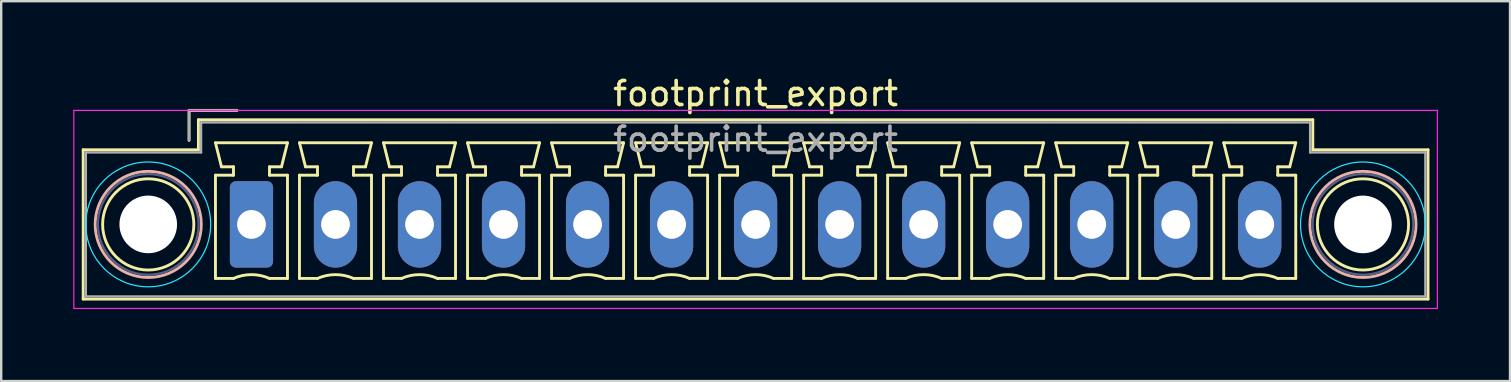
<source format=kicad_pcb>
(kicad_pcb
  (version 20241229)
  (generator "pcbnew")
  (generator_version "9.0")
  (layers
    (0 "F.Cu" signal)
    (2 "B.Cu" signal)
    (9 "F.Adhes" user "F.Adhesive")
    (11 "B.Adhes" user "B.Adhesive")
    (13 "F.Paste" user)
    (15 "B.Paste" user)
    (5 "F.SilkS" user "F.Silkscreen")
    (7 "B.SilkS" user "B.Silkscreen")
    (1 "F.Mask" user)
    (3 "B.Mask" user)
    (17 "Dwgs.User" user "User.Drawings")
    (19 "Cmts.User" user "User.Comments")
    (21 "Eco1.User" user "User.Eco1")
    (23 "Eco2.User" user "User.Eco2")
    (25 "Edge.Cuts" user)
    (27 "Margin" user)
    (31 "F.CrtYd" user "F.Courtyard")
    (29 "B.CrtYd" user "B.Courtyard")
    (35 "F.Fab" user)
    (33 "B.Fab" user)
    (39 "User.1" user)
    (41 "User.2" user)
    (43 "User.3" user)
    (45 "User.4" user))
  (footprint "footprint_export"
    (layer "F.Cu")
    (at 7.425 6.298)
    (property "Reference" "footprint_export" (at 21 -5.45 0) (layer "F.SilkS") (effects (font (size 1 1) (thickness 0.15))))
    (attr through_hole)
    (fp_line (start -7.01 -3.11) (end -7.01 3.11) (stroke (width 0.12) (type solid)) (layer "F.SilkS"))
    (fp_line (start -7.01 3.11) (end 49.01 3.11) (stroke (width 0.12) (type solid)) (layer "F.SilkS"))
    (fp_line (start -2.6 -4.75) (end -0.6 -4.75) (stroke (width 0.12) (type solid)) (layer "F.SilkS"))
    (fp_line (start -2.6 -3.5) (end -2.6 -4.75) (stroke (width 0.12) (type solid)) (layer "F.SilkS"))
    (fp_line (start -2.21 -4.36) (end -2.21 -3.11) (stroke (width 0.12) (type solid)) (layer "F.SilkS"))
    (fp_line (start -2.21 -3.11) (end -7.01 -3.11) (stroke (width 0.12) (type solid)) (layer "F.SilkS"))
    (fp_line (start -1.5 -3.4) (end 1.5 -3.4) (stroke (width 0.12) (type solid)) (layer "F.SilkS"))
    (fp_line (start -1.5 -2.05) (end -0.75 -2.05) (stroke (width 0.12) (type solid)) (layer "F.SilkS"))
    (fp_line (start -1.5 2.25) (end -1.5 -2.05) (stroke (width 0.12) (type solid)) (layer "F.SilkS"))
    (fp_line (start -1.25 -2.4) (end -1.5 -3.4) (stroke (width 0.12) (type solid)) (layer "F.SilkS"))
    (fp_line (start -0.75 -2.4) (end -1.25 -2.4) (stroke (width 0.12) (type solid)) (layer "F.SilkS"))
    (fp_line (start -0.75 -2.05) (end -0.75 -2.4) (stroke (width 0.12) (type solid)) (layer "F.SilkS"))
    (fp_line (start -0.75 2.25) (end -1.5 2.25) (stroke (width 0.12) (type solid)) (layer "F.SilkS"))
    (fp_line (start 0.75 -2.4) (end 0.75 -2.05) (stroke (width 0.12) (type solid)) (layer "F.SilkS"))
    (fp_line (start 0.75 -2.05) (end 1.5 -2.05) (stroke (width 0.12) (type solid)) (layer "F.SilkS"))
    (fp_line (start 1.25 -2.4) (end 0.75 -2.4) (stroke (width 0.12) (type solid)) (layer "F.SilkS"))
    (fp_line (start 1.5 -3.4) (end 1.25 -2.4) (stroke (width 0.12) (type solid)) (layer "F.SilkS"))
    (fp_line (start 1.5 -2.05) (end 1.5 2.25) (stroke (width 0.12) (type solid)) (layer "F.SilkS"))
    (fp_line (start 1.5 2.25) (end 0.75 2.25) (stroke (width 0.12) (type solid)) (layer "F.SilkS"))
    (fp_line (start 2 -3.4) (end 5 -3.4) (stroke (width 0.12) (type solid)) (layer "F.SilkS"))
    (fp_line (start 2 -2.05) (end 2.75 -2.05) (stroke (width 0.12) (type solid)) (layer "F.SilkS"))
    (fp_line (start 2 2.25) (end 2 -2.05) (stroke (width 0.12) (type solid)) (layer "F.SilkS"))
    (fp_line (start 2.25 -2.4) (end 2 -3.4) (stroke (width 0.12) (type solid)) (layer "F.SilkS"))
    (fp_line (start 2.75 -2.4) (end 2.25 -2.4) (stroke (width 0.12) (type solid)) (layer "F.SilkS"))
    (fp_line (start 2.75 -2.05) (end 2.75 -2.4) (stroke (width 0.12) (type solid)) (layer "F.SilkS"))
    (fp_line (start 2.75 2.25) (end 2 2.25) (stroke (width 0.12) (type solid)) (layer "F.SilkS"))
    (fp_line (start 4.25 -2.4) (end 4.25 -2.05) (stroke (width 0.12) (type solid)) (layer "F.SilkS"))
    (fp_line (start 4.25 -2.05) (end 5 -2.05) (stroke (width 0.12) (type solid)) (layer "F.SilkS"))
    (fp_line (start 4.75 -2.4) (end 4.25 -2.4) (stroke (width 0.12) (type solid)) (layer "F.SilkS"))
    (fp_line (start 5 -3.4) (end 4.75 -2.4) (stroke (width 0.12) (type solid)) (layer "F.SilkS"))
    (fp_line (start 5 -2.05) (end 5 2.25) (stroke (width 0.12) (type solid)) (layer "F.SilkS"))
    (fp_line (start 5 2.25) (end 4.25 2.25) (stroke (width 0.12) (type solid)) (layer "F.SilkS"))
    (fp_line (start 5.5 -3.4) (end 8.5 -3.4) (stroke (width 0.12) (type solid)) (layer "F.SilkS"))
    (fp_line (start 5.5 -2.05) (end 6.25 -2.05) (stroke (width 0.12) (type solid)) (layer "F.SilkS"))
    (fp_line (start 5.5 2.25) (end 5.5 -2.05) (stroke (width 0.12) (type solid)) (layer "F.SilkS"))
    (fp_line (start 5.75 -2.4) (end 5.5 -3.4) (stroke (width 0.12) (type solid)) (layer "F.SilkS"))
    (fp_line (start 6.25 -2.4) (end 5.75 -2.4) (stroke (width 0.12) (type solid)) (layer "F.SilkS"))
    (fp_line (start 6.25 -2.05) (end 6.25 -2.4) (stroke (width 0.12) (type solid)) (layer "F.SilkS"))
    (fp_line (start 6.25 2.25) (end 5.5 2.25) (stroke (width 0.12) (type solid)) (layer "F.SilkS"))
    (fp_line (start 7.75 -2.4) (end 7.75 -2.05) (stroke (width 0.12) (type solid)) (layer "F.SilkS"))
    (fp_line (start 7.75 -2.05) (end 8.5 -2.05) (stroke (width 0.12) (type solid)) (layer "F.SilkS"))
    (fp_line (start 8.25 -2.4) (end 7.75 -2.4) (stroke (width 0.12) (type solid)) (layer "F.SilkS"))
    (fp_line (start 8.5 -3.4) (end 8.25 -2.4) (stroke (width 0.12) (type solid)) (layer "F.SilkS"))
    (fp_line (start 8.5 -2.05) (end 8.5 2.25) (stroke (width 0.12) (type solid)) (layer "F.SilkS"))
    (fp_line (start 8.5 2.25) (end 7.75 2.25) (stroke (width 0.12) (type solid)) (layer "F.SilkS"))
    (fp_line (start 9 -3.4) (end 12 -3.4) (stroke (width 0.12) (type solid)) (layer "F.SilkS"))
    (fp_line (start 9 -2.05) (end 9.75 -2.05) (stroke (width 0.12) (type solid)) (layer "F.SilkS"))
    (fp_line (start 9 2.25) (end 9 -2.05) (stroke (width 0.12) (type solid)) (layer "F.SilkS"))
    (fp_line (start 9.25 -2.4) (end 9 -3.4) (stroke (width 0.12) (type solid)) (layer "F.SilkS"))
    (fp_line (start 9.75 -2.4) (end 9.25 -2.4) (stroke (width 0.12) (type solid)) (layer "F.SilkS"))
    (fp_line (start 9.75 -2.05) (end 9.75 -2.4) (stroke (width 0.12) (type solid)) (layer "F.SilkS"))
    (fp_line (start 9.75 2.25) (end 9 2.25) (stroke (width 0.12) (type solid)) (layer "F.SilkS"))
    (fp_line (start 11.25 -2.4) (end 11.25 -2.05) (stroke (width 0.12) (type solid)) (layer "F.SilkS"))
    (fp_line (start 11.25 -2.05) (end 12 -2.05) (stroke (width 0.12) (type solid)) (layer "F.SilkS"))
    (fp_line (start 11.75 -2.4) (end 11.25 -2.4) (stroke (width 0.12) (type solid)) (layer "F.SilkS"))
    (fp_line (start 12 -3.4) (end 11.75 -2.4) (stroke (width 0.12) (type solid)) (layer "F.SilkS"))
    (fp_line (start 12 -2.05) (end 12 2.25) (stroke (width 0.12) (type solid)) (layer "F.SilkS"))
    (fp_line (start 12 2.25) (end 11.25 2.25) (stroke (width 0.12) (type solid)) (layer "F.SilkS"))
    (fp_line (start 12.5 -3.4) (end 15.5 -3.4) (stroke (width 0.12) (type solid)) (layer "F.SilkS"))
    (fp_line (start 12.5 -2.05) (end 13.25 -2.05) (stroke (width 0.12) (type solid)) (layer "F.SilkS"))
    (fp_line (start 12.5 2.25) (end 12.5 -2.05) (stroke (width 0.12) (type solid)) (layer "F.SilkS"))
    (fp_line (start 12.75 -2.4) (end 12.5 -3.4) (stroke (width 0.12) (type solid)) (layer "F.SilkS"))
    (fp_line (start 13.25 -2.4) (end 12.75 -2.4) (stroke (width 0.12) (type solid)) (layer "F.SilkS"))
    (fp_line (start 13.25 -2.05) (end 13.25 -2.4) (stroke (width 0.12) (type solid)) (layer "F.SilkS"))
    (fp_line (start 13.25 2.25) (end 12.5 2.25) (stroke (width 0.12) (type solid)) (layer "F.SilkS"))
    (fp_line (start 14.75 -2.4) (end 14.75 -2.05) (stroke (width 0.12) (type solid)) (layer "F.SilkS"))
    (fp_line (start 14.75 -2.05) (end 15.5 -2.05) (stroke (width 0.12) (type solid)) (layer "F.SilkS"))
    (fp_line (start 15.25 -2.4) (end 14.75 -2.4) (stroke (width 0.12) (type solid)) (layer "F.SilkS"))
    (fp_line (start 15.5 -3.4) (end 15.25 -2.4) (stroke (width 0.12) (type solid)) (layer "F.SilkS"))
    (fp_line (start 15.5 -2.05) (end 15.5 2.25) (stroke (width 0.12) (type solid)) (layer "F.SilkS"))
    (fp_line (start 15.5 2.25) (end 14.75 2.25) (stroke (width 0.12) (type solid)) (layer "F.SilkS"))
    (fp_line (start 16 -3.4) (end 19 -3.4) (stroke (width 0.12) (type solid)) (layer "F.SilkS"))
    (fp_line (start 16 -2.05) (end 16.75 -2.05) (stroke (width 0.12) (type solid)) (layer "F.SilkS"))
    (fp_line (start 16 2.25) (end 16 -2.05) (stroke (width 0.12) (type solid)) (layer "F.SilkS"))
    (fp_line (start 16.25 -2.4) (end 16 -3.4) (stroke (width 0.12) (type solid)) (layer "F.SilkS"))
    (fp_line (start 16.75 -2.4) (end 16.25 -2.4) (stroke (width 0.12) (type solid)) (layer "F.SilkS"))
    (fp_line (start 16.75 -2.05) (end 16.75 -2.4) (stroke (width 0.12) (type solid)) (layer "F.SilkS"))
    (fp_line (start 16.75 2.25) (end 16 2.25) (stroke (width 0.12) (type solid)) (layer "F.SilkS"))
    (fp_line (start 18.25 -2.4) (end 18.25 -2.05) (stroke (width 0.12) (type solid)) (layer "F.SilkS"))
    (fp_line (start 18.25 -2.05) (end 19 -2.05) (stroke (width 0.12) (type solid)) (layer "F.SilkS"))
    (fp_line (start 18.75 -2.4) (end 18.25 -2.4) (stroke (width 0.12) (type solid)) (layer "F.SilkS"))
    (fp_line (start 19 -3.4) (end 18.75 -2.4) (stroke (width 0.12) (type solid)) (layer "F.SilkS"))
    (fp_line (start 19 -2.05) (end 19 2.25) (stroke (width 0.12) (type solid)) (layer "F.SilkS"))
    (fp_line (start 19 2.25) (end 18.25 2.25) (stroke (width 0.12) (type solid)) (layer "F.SilkS"))
    (fp_line (start 19.5 -3.4) (end 22.5 -3.4) (stroke (width 0.12) (type solid)) (layer "F.SilkS"))
    (fp_line (start 19.5 -2.05) (end 20.25 -2.05) (stroke (width 0.12) (type solid)) (layer "F.SilkS"))
    (fp_line (start 19.5 2.25) (end 19.5 -2.05) (stroke (width 0.12) (type solid)) (layer "F.SilkS"))
    (fp_line (start 19.75 -2.4) (end 19.5 -3.4) (stroke (width 0.12) (type solid)) (layer "F.SilkS"))
    (fp_line (start 20.25 -2.4) (end 19.75 -2.4) (stroke (width 0.12) (type solid)) (layer "F.SilkS"))
    (fp_line (start 20.25 -2.05) (end 20.25 -2.4) (stroke (width 0.12) (type solid)) (layer "F.SilkS"))
    (fp_line (start 20.25 2.25) (end 19.5 2.25) (stroke (width 0.12) (type solid)) (layer "F.SilkS"))
    (fp_line (start 21.75 -2.4) (end 21.75 -2.05) (stroke (width 0.12) (type solid)) (layer "F.SilkS"))
    (fp_line (start 21.75 -2.05) (end 22.5 -2.05) (stroke (width 0.12) (type solid)) (layer "F.SilkS"))
    (fp_line (start 22.25 -2.4) (end 21.75 -2.4) (stroke (width 0.12) (type solid)) (layer "F.SilkS"))
    (fp_line (start 22.5 -3.4) (end 22.25 -2.4) (stroke (width 0.12) (type solid)) (layer "F.SilkS"))
    (fp_line (start 22.5 -2.05) (end 22.5 2.25) (stroke (width 0.12) (type solid)) (layer "F.SilkS"))
    (fp_line (start 22.5 2.25) (end 21.75 2.25) (stroke (width 0.12) (type solid)) (layer "F.SilkS"))
    (fp_line (start 23 -3.4) (end 26 -3.4) (stroke (width 0.12) (type solid)) (layer "F.SilkS"))
    (fp_line (start 23 -2.05) (end 23.75 -2.05) (stroke (width 0.12) (type solid)) (layer "F.SilkS"))
    (fp_line (start 23 2.25) (end 23 -2.05) (stroke (width 0.12) (type solid)) (layer "F.SilkS"))
    (fp_line (start 23.25 -2.4) (end 23 -3.4) (stroke (width 0.12) (type solid)) (layer "F.SilkS"))
    (fp_line (start 23.75 -2.4) (end 23.25 -2.4) (stroke (width 0.12) (type solid)) (layer "F.SilkS"))
    (fp_line (start 23.75 -2.05) (end 23.75 -2.4) (stroke (width 0.12) (type solid)) (layer "F.SilkS"))
    (fp_line (start 23.75 2.25) (end 23 2.25) (stroke (width 0.12) (type solid)) (layer "F.SilkS"))
    (fp_line (start 25.25 -2.4) (end 25.25 -2.05) (stroke (width 0.12) (type solid)) (layer "F.SilkS"))
    (fp_line (start 25.25 -2.05) (end 26 -2.05) (stroke (width 0.12) (type solid)) (layer "F.SilkS"))
    (fp_line (start 25.75 -2.4) (end 25.25 -2.4) (stroke (width 0.12) (type solid)) (layer "F.SilkS"))
    (fp_line (start 26 -3.4) (end 25.75 -2.4) (stroke (width 0.12) (type solid)) (layer "F.SilkS"))
    (fp_line (start 26 -2.05) (end 26 2.25) (stroke (width 0.12) (type solid)) (layer "F.SilkS"))
    (fp_line (start 26 2.25) (end 25.25 2.25) (stroke (width 0.12) (type solid)) (layer "F.SilkS"))
    (fp_line (start 26.5 -3.4) (end 29.5 -3.4) (stroke (width 0.12) (type solid)) (layer "F.SilkS"))
    (fp_line (start 26.5 -2.05) (end 27.25 -2.05) (stroke (width 0.12) (type solid)) (layer "F.SilkS"))
    (fp_line (start 26.5 2.25) (end 26.5 -2.05) (stroke (width 0.12) (type solid)) (layer "F.SilkS"))
    (fp_line (start 26.75 -2.4) (end 26.5 -3.4) (stroke (width 0.12) (type solid)) (layer "F.SilkS"))
    (fp_line (start 27.25 -2.4) (end 26.75 -2.4) (stroke (width 0.12) (type solid)) (layer "F.SilkS"))
    (fp_line (start 27.25 -2.05) (end 27.25 -2.4) (stroke (width 0.12) (type solid)) (layer "F.SilkS"))
    (fp_line (start 27.25 2.25) (end 26.5 2.25) (stroke (width 0.12) (type solid)) (layer "F.SilkS"))
    (fp_line (start 28.75 -2.4) (end 28.75 -2.05) (stroke (width 0.12) (type solid)) (layer "F.SilkS"))
    (fp_line (start 28.75 -2.05) (end 29.5 -2.05) (stroke (width 0.12) (type solid)) (layer "F.SilkS"))
    (fp_line (start 29.25 -2.4) (end 28.75 -2.4) (stroke (width 0.12) (type solid)) (layer "F.SilkS"))
    (fp_line (start 29.5 -3.4) (end 29.25 -2.4) (stroke (width 0.12) (type solid)) (layer "F.SilkS"))
    (fp_line (start 29.5 -2.05) (end 29.5 2.25) (stroke (width 0.12) (type solid)) (layer "F.SilkS"))
    (fp_line (start 29.5 2.25) (end 28.75 2.25) (stroke (width 0.12) (type solid)) (layer "F.SilkS"))
    (fp_line (start 30 -3.4) (end 33 -3.4) (stroke (width 0.12) (type solid)) (layer "F.SilkS"))
    (fp_line (start 30 -2.05) (end 30.75 -2.05) (stroke (width 0.12) (type solid)) (layer "F.SilkS"))
    (fp_line (start 30 2.25) (end 30 -2.05) (stroke (width 0.12) (type solid)) (layer "F.SilkS"))
    (fp_line (start 30.25 -2.4) (end 30 -3.4) (stroke (width 0.12) (type solid)) (layer "F.SilkS"))
    (fp_line (start 30.75 -2.4) (end 30.25 -2.4) (stroke (width 0.12) (type solid)) (layer "F.SilkS"))
    (fp_line (start 30.75 -2.05) (end 30.75 -2.4) (stroke (width 0.12) (type solid)) (layer "F.SilkS"))
    (fp_line (start 30.75 2.25) (end 30 2.25) (stroke (width 0.12) (type solid)) (layer "F.SilkS"))
    (fp_line (start 32.25 -2.4) (end 32.25 -2.05) (stroke (width 0.12) (type solid)) (layer "F.SilkS"))
    (fp_line (start 32.25 -2.05) (end 33 -2.05) (stroke (width 0.12) (type solid)) (layer "F.SilkS"))
    (fp_line (start 32.75 -2.4) (end 32.25 -2.4) (stroke (width 0.12) (type solid)) (layer "F.SilkS"))
    (fp_line (start 33 -3.4) (end 32.75 -2.4) (stroke (width 0.12) (type solid)) (layer "F.SilkS"))
    (fp_line (start 33 -2.05) (end 33 2.25) (stroke (width 0.12) (type solid)) (layer "F.SilkS"))
    (fp_line (start 33 2.25) (end 32.25 2.25) (stroke (width 0.12) (type solid)) (layer "F.SilkS"))
    (fp_line (start 33.5 -3.4) (end 36.5 -3.4) (stroke (width 0.12) (type solid)) (layer "F.SilkS"))
    (fp_line (start 33.5 -2.05) (end 34.25 -2.05) (stroke (width 0.12) (type solid)) (layer "F.SilkS"))
    (fp_line (start 33.5 2.25) (end 33.5 -2.05) (stroke (width 0.12) (type solid)) (layer "F.SilkS"))
    (fp_line (start 33.75 -2.4) (end 33.5 -3.4) (stroke (width 0.12) (type solid)) (layer "F.SilkS"))
    (fp_line (start 34.25 -2.4) (end 33.75 -2.4) (stroke (width 0.12) (type solid)) (layer "F.SilkS"))
    (fp_line (start 34.25 -2.05) (end 34.25 -2.4) (stroke (width 0.12) (type solid)) (layer "F.SilkS"))
    (fp_line (start 34.25 2.25) (end 33.5 2.25) (stroke (width 0.12) (type solid)) (layer "F.SilkS"))
    (fp_line (start 35.75 -2.4) (end 35.75 -2.05) (stroke (width 0.12) (type solid)) (layer "F.SilkS"))
    (fp_line (start 35.75 -2.05) (end 36.5 -2.05) (stroke (width 0.12) (type solid)) (layer "F.SilkS"))
    (fp_line (start 36.25 -2.4) (end 35.75 -2.4) (stroke (width 0.12) (type solid)) (layer "F.SilkS"))
    (fp_line (start 36.5 -3.4) (end 36.25 -2.4) (stroke (width 0.12) (type solid)) (layer "F.SilkS"))
    (fp_line (start 36.5 -2.05) (end 36.5 2.25) (stroke (width 0.12) (type solid)) (layer "F.SilkS"))
    (fp_line (start 36.5 2.25) (end 35.75 2.25) (stroke (width 0.12) (type solid)) (layer "F.SilkS"))
    (fp_line (start 37 -3.4) (end 40 -3.4) (stroke (width 0.12) (type solid)) (layer "F.SilkS"))
    (fp_line (start 37 -2.05) (end 37.75 -2.05) (stroke (width 0.12) (type solid)) (layer "F.SilkS"))
    (fp_line (start 37 2.25) (end 37 -2.05) (stroke (width 0.12) (type solid)) (layer "F.SilkS"))
    (fp_line (start 37.25 -2.4) (end 37 -3.4) (stroke (width 0.12) (type solid)) (layer "F.SilkS"))
    (fp_line (start 37.75 -2.4) (end 37.25 -2.4) (stroke (width 0.12) (type solid)) (layer "F.SilkS"))
    (fp_line (start 37.75 -2.05) (end 37.75 -2.4) (stroke (width 0.12) (type solid)) (layer "F.SilkS"))
    (fp_line (start 37.75 2.25) (end 37 2.25) (stroke (width 0.12) (type solid)) (layer "F.SilkS"))
    (fp_line (start 39.25 -2.4) (end 39.25 -2.05) (stroke (width 0.12) (type solid)) (layer "F.SilkS"))
    (fp_line (start 39.25 -2.05) (end 40 -2.05) (stroke (width 0.12) (type solid)) (layer "F.SilkS"))
    (fp_line (start 39.75 -2.4) (end 39.25 -2.4) (stroke (width 0.12) (type solid)) (layer "F.SilkS"))
    (fp_line (start 40 -3.4) (end 39.75 -2.4) (stroke (width 0.12) (type solid)) (layer "F.SilkS"))
    (fp_line (start 40 -2.05) (end 40 2.25) (stroke (width 0.12) (type solid)) (layer "F.SilkS"))
    (fp_line (start 40 2.25) (end 39.25 2.25) (stroke (width 0.12) (type solid)) (layer "F.SilkS"))
    (fp_line (start 40.5 -3.4) (end 43.5 -3.4) (stroke (width 0.12) (type solid)) (layer "F.SilkS"))
    (fp_line (start 40.5 -2.05) (end 41.25 -2.05) (stroke (width 0.12) (type solid)) (layer "F.SilkS"))
    (fp_line (start 40.5 2.25) (end 40.5 -2.05) (stroke (width 0.12) (type solid)) (layer "F.SilkS"))
    (fp_line (start 40.75 -2.4) (end 40.5 -3.4) (stroke (width 0.12) (type solid)) (layer "F.SilkS"))
    (fp_line (start 41.25 -2.4) (end 40.75 -2.4) (stroke (width 0.12) (type solid)) (layer "F.SilkS"))
    (fp_line (start 41.25 -2.05) (end 41.25 -2.4) (stroke (width 0.12) (type solid)) (layer "F.SilkS"))
    (fp_line (start 41.25 2.25) (end 40.5 2.25) (stroke (width 0.12) (type solid)) (layer "F.SilkS"))
    (fp_line (start 42.75 -2.4) (end 42.75 -2.05) (stroke (width 0.12) (type solid)) (layer "F.SilkS"))
    (fp_line (start 42.75 -2.05) (end 43.5 -2.05) (stroke (width 0.12) (type solid)) (layer "F.SilkS"))
    (fp_line (start 43.25 -2.4) (end 42.75 -2.4) (stroke (width 0.12) (type solid)) (layer "F.SilkS"))
    (fp_line (start 43.5 -3.4) (end 43.25 -2.4) (stroke (width 0.12) (type solid)) (layer "F.SilkS"))
    (fp_line (start 43.5 -2.05) (end 43.5 2.25) (stroke (width 0.12) (type solid)) (layer "F.SilkS"))
    (fp_line (start 43.5 2.25) (end 42.75 2.25) (stroke (width 0.12) (type solid)) (layer "F.SilkS"))
    (fp_line (start 44.21 -4.36) (end -2.21 -4.36) (stroke (width 0.12) (type solid)) (layer "F.SilkS"))
    (fp_line (start 44.21 -3.11) (end 44.21 -4.36) (stroke (width 0.12) (type solid)) (layer "F.SilkS"))
    (fp_line (start 49.01 -3.11) (end 44.21 -3.11) (stroke (width 0.12) (type solid)) (layer "F.SilkS"))
    (fp_line (start 49.01 3.11) (end 49.01 -3.11) (stroke (width 0.12) (type solid)) (layer "F.SilkS"))
    (fp_arc (start -0.75 2.25) (mid -0.000193 2.09191) (end 0.749647 2.249844) (stroke (width 0.12) (type solid)) (layer "F.SilkS"))
    (fp_arc (start 2.75 2.25) (mid 3.499807 2.09191) (end 4.249647 2.249844) (stroke (width 0.12) (type solid)) (layer "F.SilkS"))
    (fp_arc (start 6.25 2.25) (mid 6.999807 2.09191) (end 7.749647 2.249844) (stroke (width 0.12) (type solid)) (layer "F.SilkS"))
    (fp_arc (start 9.75 2.25) (mid 10.499807 2.09191) (end 11.249647 2.249844) (stroke (width 0.12) (type solid)) (layer "F.SilkS"))
    (fp_arc (start 13.25 2.25) (mid 13.999807 2.09191) (end 14.749647 2.249844) (stroke (width 0.12) (type solid)) (layer "F.SilkS"))
    (fp_arc (start 16.75 2.25) (mid 17.499807 2.09191) (end 18.249647 2.249844) (stroke (width 0.12) (type solid)) (layer "F.SilkS"))
    (fp_arc (start 20.25 2.25) (mid 20.999807 2.09191) (end 21.749647 2.249844) (stroke (width 0.12) (type solid)) (layer "F.SilkS"))
    (fp_arc (start 23.75 2.25) (mid 24.499807 2.09191) (end 25.249647 2.249844) (stroke (width 0.12) (type solid)) (layer "F.SilkS"))
    (fp_arc (start 27.25 2.25) (mid 27.999807 2.09191) (end 28.749647 2.249844) (stroke (width 0.12) (type solid)) (layer "F.SilkS"))
    (fp_arc (start 30.75 2.25) (mid 31.499807 2.09191) (end 32.249647 2.249844) (stroke (width 0.12) (type solid)) (layer "F.SilkS"))
    (fp_arc (start 34.25 2.25) (mid 34.999807 2.09191) (end 35.749647 2.249844) (stroke (width 0.12) (type solid)) (layer "F.SilkS"))
    (fp_arc (start 37.75 2.25) (mid 38.499807 2.09191) (end 39.249647 2.249844) (stroke (width 0.12) (type solid)) (layer "F.SilkS"))
    (fp_arc (start 41.25 2.25) (mid 41.999807 2.09191) (end 42.749647 2.249844) (stroke (width 0.12) (type solid)) (layer "F.SilkS"))
    (fp_circle (center -4.3 0) (end -2.4 0) (stroke (width 0.12) (type solid)) (fill no) (layer "F.SilkS"))
    (fp_circle (center 46.3 0) (end 48.2 0) (stroke (width 0.12) (type solid)) (fill no) (layer "F.SilkS"))
    (fp_circle (center -4.3 0) (end -2.09 0) (stroke (width 0.12) (type solid)) (fill no) (layer "B.SilkS"))
    (fp_circle (center 46.3 0) (end 48.51 0) (stroke (width 0.12) (type solid)) (fill no) (layer "B.SilkS"))
    (fp_circle (center -4.3 0) (end -1.7 0) (stroke (width 0.05) (type solid)) (fill no) (layer "B.CrtYd"))
    (fp_circle (center 46.3 0) (end 48.9 0) (stroke (width 0.05) (type solid)) (fill no) (layer "B.CrtYd"))
    (fp_line (start -7.4 -4.75) (end -7.4 3.5) (stroke (width 0.05) (type solid)) (layer "F.CrtYd"))
    (fp_line (start -7.4 3.5) (end 49.4 3.5) (stroke (width 0.05) (type solid)) (layer "F.CrtYd"))
    (fp_line (start 49.4 -4.75) (end -7.4 -4.75) (stroke (width 0.05) (type solid)) (layer "F.CrtYd"))
    (fp_line (start 49.4 3.5) (end 49.4 -4.75) (stroke (width 0.05) (type solid)) (layer "F.CrtYd"))
    (fp_circle (center -4.3 0) (end -2.2 0) (stroke (width 0.1) (type solid)) (fill no) (layer "B.Fab"))
    (fp_circle (center 46.3 0) (end 48.4 0) (stroke (width 0.1) (type solid)) (fill no) (layer "B.Fab"))
    (fp_line (start -6.9 -3) (end -6.9 3) (stroke (width 0.1) (type solid)) (layer "F.Fab"))
    (fp_line (start -6.9 3) (end 48.9 3) (stroke (width 0.1) (type solid)) (layer "F.Fab"))
    (fp_line (start -2.6 -4.75) (end -0.6 -4.75) (stroke (width 0.1) (type solid)) (layer "F.Fab"))
    (fp_line (start -2.6 -3.5) (end -2.6 -4.75) (stroke (width 0.1) (type solid)) (layer "F.Fab"))
    (fp_line (start -2.1 -4.25) (end -2.1 -3) (stroke (width 0.1) (type solid)) (layer "F.Fab"))
    (fp_line (start -2.1 -3) (end -6.9 -3) (stroke (width 0.1) (type solid)) (layer "F.Fab"))
    (fp_line (start 44.1 -4.25) (end -2.1 -4.25) (stroke (width 0.1) (type solid)) (layer "F.Fab"))
    (fp_line (start 44.1 -3) (end 44.1 -4.25) (stroke (width 0.1) (type solid)) (layer "F.Fab"))
    (fp_line (start 48.9 -3) (end 44.1 -3) (stroke (width 0.1) (type solid)) (layer "F.Fab"))
    (fp_line (start 48.9 3) (end 48.9 -3) (stroke (width 0.1) (type solid)) (layer "F.Fab"))
    (fp_text user "${REFERENCE}" (at 21 -3.55 0) (layer "F.Fab") (effects (font (size 1 1) (thickness 0.15))))
    (pad "" np_thru_hole circle (at -4.3 0) (size 2.4 2.4) (drill 2.4) (layers "*.Cu" "*.Mask"))
    (pad "" np_thru_hole circle (at 46.3 0) (size 2.4 2.4) (drill 2.4) (layers "*.Cu" "*.Mask"))
    (pad "1" thru_hole roundrect (at 0 0) (size 1.8 3.6) (drill 1.2) (layers "*.Cu" "*.Mask") (roundrect_rratio 0.139))
    (pad "2" thru_hole oval (at 3.5 0) (size 1.8 3.6) (drill 1.2) (layers "*.Cu" "*.Mask"))
    (pad "3" thru_hole oval (at 7 0) (size 1.8 3.6) (drill 1.2) (layers "*.Cu" "*.Mask"))
    (pad "4" thru_hole oval (at 10.5 0) (size 1.8 3.6) (drill 1.2) (layers "*.Cu" "*.Mask"))
    (pad "5" thru_hole oval (at 14 0) (size 1.8 3.6) (drill 1.2) (layers "*.Cu" "*.Mask"))
    (pad "6" thru_hole oval (at 17.5 0) (size 1.8 3.6) (drill 1.2) (layers "*.Cu" "*.Mask"))
    (pad "7" thru_hole oval (at 21 0) (size 1.8 3.6) (drill 1.2) (layers "*.Cu" "*.Mask"))
    (pad "8" thru_hole oval (at 24.5 0) (size 1.8 3.6) (drill 1.2) (layers "*.Cu" "*.Mask"))
    (pad "9" thru_hole oval (at 28 0) (size 1.8 3.6) (drill 1.2) (layers "*.Cu" "*.Mask"))
    (pad "10" thru_hole oval (at 31.5 0) (size 1.8 3.6) (drill 1.2) (layers "*.Cu" "*.Mask"))
    (pad "11" thru_hole oval (at 35 0) (size 1.8 3.6) (drill 1.2) (layers "*.Cu" "*.Mask"))
    (pad "12" thru_hole oval (at 38.5 0) (size 1.8 3.6) (drill 1.2) (layers "*.Cu" "*.Mask"))
    (pad "13" thru_hole oval (at 42 0) (size 1.8 3.6) (drill 1.2) (layers "*.Cu" "*.Mask")))
  (gr_rect
    (start -3 -3)
    (end 59.85 12.823)
    (stroke (width 0.1) (type default))
    (fill no)
    (layer "Edge.Cuts")))
</source>
